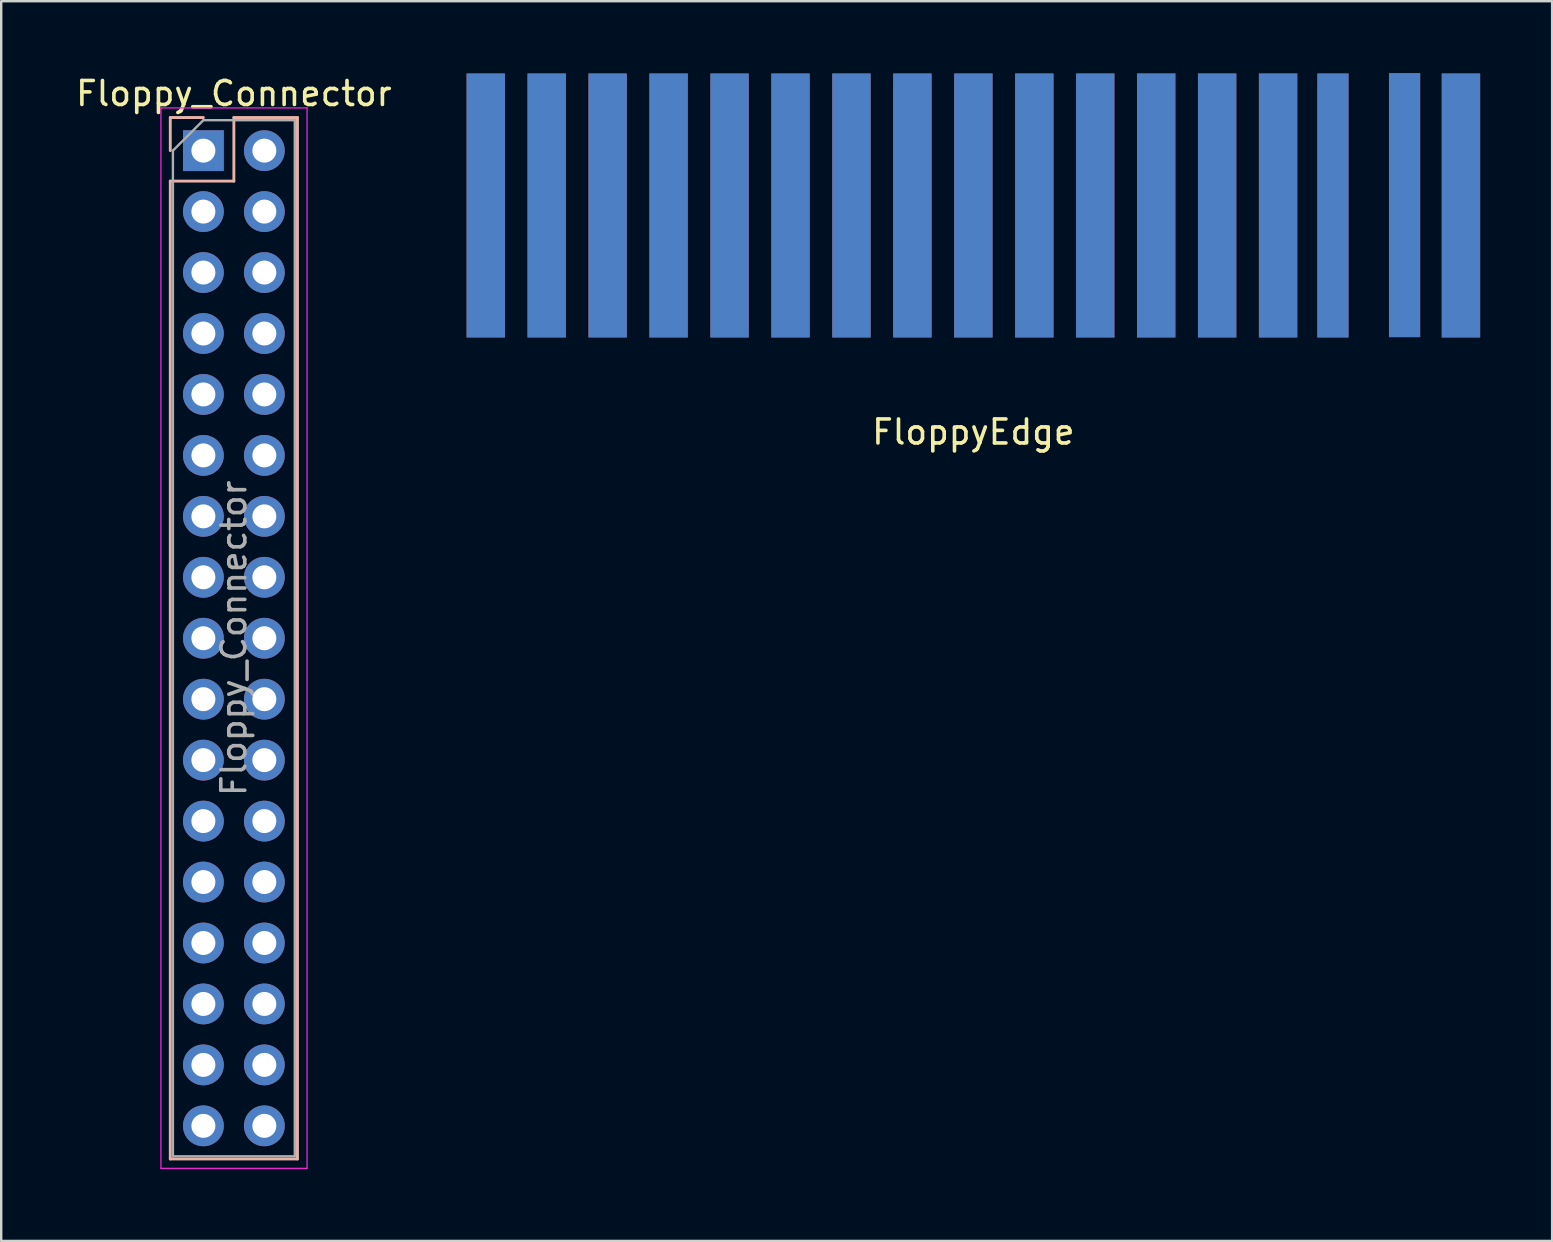
<source format=kicad_pcb>
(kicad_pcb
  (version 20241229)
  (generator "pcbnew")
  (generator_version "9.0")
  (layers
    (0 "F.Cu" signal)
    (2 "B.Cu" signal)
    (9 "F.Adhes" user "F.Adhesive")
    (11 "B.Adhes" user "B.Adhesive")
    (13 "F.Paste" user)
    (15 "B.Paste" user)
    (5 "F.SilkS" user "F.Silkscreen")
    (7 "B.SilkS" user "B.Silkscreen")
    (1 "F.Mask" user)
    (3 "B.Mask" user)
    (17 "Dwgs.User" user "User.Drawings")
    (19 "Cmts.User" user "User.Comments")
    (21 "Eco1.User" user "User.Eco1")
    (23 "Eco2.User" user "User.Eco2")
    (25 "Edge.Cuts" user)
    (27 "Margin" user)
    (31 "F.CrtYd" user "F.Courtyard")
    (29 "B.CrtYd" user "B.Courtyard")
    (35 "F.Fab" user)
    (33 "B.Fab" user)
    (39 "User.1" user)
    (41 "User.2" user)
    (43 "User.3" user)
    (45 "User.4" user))
  (footprint "Floppy_Connector"
    (layer "F.Cu")
    (at 5.426 3.228)
    (property "Reference" "Floppy_Connector" (at 1.27 -2.38 0) (layer "F.SilkS") (effects (font (size 1 1) (thickness 0.15))))
    (attr through_hole)
    (fp_line (start -1.38 -1.38) (end 0 -1.38) (stroke (width 0.12) (type solid)) (layer "B.SilkS"))
    (fp_line (start -1.38 0) (end -1.38 -1.38) (stroke (width 0.12) (type solid)) (layer "B.SilkS"))
    (fp_line (start -1.38 1.27) (end -1.38 42.02) (stroke (width 0.12) (type solid)) (layer "B.SilkS"))
    (fp_line (start -1.38 1.27) (end 1.27 1.27) (stroke (width 0.12) (type solid)) (layer "B.SilkS"))
    (fp_line (start -1.38 42.02) (end 3.92 42.02) (stroke (width 0.12) (type solid)) (layer "B.SilkS"))
    (fp_line (start 1.27 -1.38) (end 3.92 -1.38) (stroke (width 0.12) (type solid)) (layer "B.SilkS"))
    (fp_line (start 1.27 1.27) (end 1.27 -1.38) (stroke (width 0.12) (type solid)) (layer "B.SilkS"))
    (fp_line (start 3.92 -1.38) (end 3.92 42.02) (stroke (width 0.12) (type solid)) (layer "B.SilkS"))
    (fp_line (start -1.77 -1.78) (end -1.77 42.41) (stroke (width 0.05) (type solid)) (layer "F.CrtYd"))
    (fp_line (start -1.77 42.41) (end 4.32 42.41) (stroke (width 0.05) (type solid)) (layer "F.CrtYd"))
    (fp_line (start 4.32 -1.78) (end -1.77 -1.78) (stroke (width 0.05) (type solid)) (layer "F.CrtYd"))
    (fp_line (start 4.32 42.41) (end 4.32 -1.78) (stroke (width 0.05) (type solid)) (layer "F.CrtYd"))
    (fp_line (start -1.27 0) (end 0 -1.27) (stroke (width 0.1) (type solid)) (layer "F.Fab"))
    (fp_line (start -1.27 41.91) (end -1.27 0) (stroke (width 0.1) (type solid)) (layer "F.Fab"))
    (fp_line (start 0 -1.27) (end 3.81 -1.27) (stroke (width 0.1) (type solid)) (layer "F.Fab"))
    (fp_line (start 3.81 -1.27) (end 3.81 41.91) (stroke (width 0.1) (type solid)) (layer "F.Fab"))
    (fp_line (start 3.81 41.91) (end -1.27 41.91) (stroke (width 0.1) (type solid)) (layer "F.Fab"))
    (fp_text user "${REFERENCE}" (at 1.27 20.32 90) (layer "F.Fab") (effects (font (size 1 1) (thickness 0.15))))
    (pad "1" thru_hole rect (at 0 0) (size 1.7 1.7) (drill 1) (layers "*.Cu" "*.Mask"))
    (pad "2" thru_hole circle (at 2.54 0) (size 1.7 1.7) (drill 1) (layers "*.Cu" "*.Mask"))
    (pad "3" thru_hole circle (at 0 2.54) (size 1.7 1.7) (drill 1) (layers "*.Cu" "*.Mask"))
    (pad "4" thru_hole circle (at 2.54 2.54) (size 1.7 1.7) (drill 1) (layers "*.Cu" "*.Mask"))
    (pad "5" thru_hole circle (at 0 5.08) (size 1.7 1.7) (drill 1) (layers "*.Cu" "*.Mask"))
    (pad "6" thru_hole circle (at 2.54 5.08) (size 1.7 1.7) (drill 1) (layers "*.Cu" "*.Mask"))
    (pad "7" thru_hole circle (at 0 7.62) (size 1.7 1.7) (drill 1) (layers "*.Cu" "*.Mask"))
    (pad "8" thru_hole circle (at 2.54 7.62) (size 1.7 1.7) (drill 1) (layers "*.Cu" "*.Mask"))
    (pad "9" thru_hole circle (at 0 10.16) (size 1.7 1.7) (drill 1) (layers "*.Cu" "*.Mask"))
    (pad "10" thru_hole circle (at 2.54 10.16) (size 1.7 1.7) (drill 1) (layers "*.Cu" "*.Mask"))
    (pad "11" thru_hole circle (at 0 12.7) (size 1.7 1.7) (drill 1) (layers "*.Cu" "*.Mask"))
    (pad "12" thru_hole circle (at 2.54 12.7) (size 1.7 1.7) (drill 1) (layers "*.Cu" "*.Mask"))
    (pad "13" thru_hole circle (at 0 15.24) (size 1.7 1.7) (drill 1) (layers "*.Cu" "*.Mask"))
    (pad "14" thru_hole circle (at 2.54 15.24) (size 1.7 1.7) (drill 1) (layers "*.Cu" "*.Mask"))
    (pad "15" thru_hole circle (at 0 17.78) (size 1.7 1.7) (drill 1) (layers "*.Cu" "*.Mask"))
    (pad "16" thru_hole circle (at 2.54 17.78) (size 1.7 1.7) (drill 1) (layers "*.Cu" "*.Mask"))
    (pad "17" thru_hole circle (at 0 20.32) (size 1.7 1.7) (drill 1) (layers "*.Cu" "*.Mask"))
    (pad "18" thru_hole circle (at 2.54 20.32) (size 1.7 1.7) (drill 1) (layers "*.Cu" "*.Mask"))
    (pad "19" thru_hole circle (at 0 22.86) (size 1.7 1.7) (drill 1) (layers "*.Cu" "*.Mask"))
    (pad "20" thru_hole circle (at 2.54 22.86) (size 1.7 1.7) (drill 1) (layers "*.Cu" "*.Mask"))
    (pad "21" thru_hole circle (at 0 25.4) (size 1.7 1.7) (drill 1) (layers "*.Cu" "*.Mask"))
    (pad "22" thru_hole circle (at 2.54 25.4) (size 1.7 1.7) (drill 1) (layers "*.Cu" "*.Mask"))
    (pad "23" thru_hole circle (at 0 27.94) (size 1.7 1.7) (drill 1) (layers "*.Cu" "*.Mask"))
    (pad "24" thru_hole circle (at 2.54 27.94) (size 1.7 1.7) (drill 1) (layers "*.Cu" "*.Mask"))
    (pad "25" thru_hole circle (at 0 30.48) (size 1.7 1.7) (drill 1) (layers "*.Cu" "*.Mask"))
    (pad "26" thru_hole circle (at 2.54 30.48) (size 1.7 1.7) (drill 1) (layers "*.Cu" "*.Mask"))
    (pad "27" thru_hole circle (at 0 33.02) (size 1.7 1.7) (drill 1) (layers "*.Cu" "*.Mask"))
    (pad "28" thru_hole circle (at 2.54 33.02) (size 1.7 1.7) (drill 1) (layers "*.Cu" "*.Mask"))
    (pad "29" thru_hole circle (at 0 35.56) (size 1.7 1.7) (drill 1) (layers "*.Cu" "*.Mask"))
    (pad "30" thru_hole circle (at 2.54 35.56) (size 1.7 1.7) (drill 1) (layers "*.Cu" "*.Mask"))
    (pad "31" thru_hole circle (at 0 38.1) (size 1.7 1.7) (drill 1) (layers "*.Cu" "*.Mask"))
    (pad "32" thru_hole circle (at 2.54 38.1) (size 1.7 1.7) (drill 1) (layers "*.Cu" "*.Mask"))
    (pad "33" thru_hole circle (at 0 40.64) (size 1.7 1.7) (drill 1) (layers "*.Cu" "*.Mask"))
    (pad "34" thru_hole circle (at 2.54 40.64) (size 1.7 1.7) (drill 1) (layers "*.Cu" "*.Mask")))
  (footprint "FloppyEdge"
    (layer "F.Cu")
    (at 37.513 14.454)
    (property "Reference" "FloppyEdge" (at 0 0.5 0) (layer "F.SilkS") (effects (font (size 1 1) (thickness 0.15))))
    (attr through_hole)
    (pad "1" smd rect (at 20.32 -8.941) (size 1.6 11) (layers "F.Cu" "F.Mask" "F.Paste"))
    (pad "2" smd rect (at 20.32 -8.941) (size 1.6 11) (layers "B.Cu" "B.Mask" "B.Paste"))
    (pad "3" smd rect (at 17.971 -8.954) (size 1.3 11) (layers "F.Cu" "F.Mask" "F.Paste"))
    (pad "4" smd rect (at 17.971 -8.954) (size 1.3 11) (layers "B.Cu" "B.Mask" "B.Paste"))
    (pad "5" smd rect (at 14.986 -8.941) (size 1.3 11) (layers "F.Cu" "F.Mask" "F.Paste"))
    (pad "6" smd rect (at 14.986 -8.941) (size 1.3 11) (layers "B.Cu" "B.Mask" "B.Paste"))
    (pad "7" smd rect (at 12.7 -8.941) (size 1.6 11) (layers "F.Cu" "F.Mask" "F.Paste"))
    (pad "8" smd rect (at 12.7 -8.941) (size 1.6 11) (layers "B.Cu" "B.Mask" "B.Paste"))
    (pad "9" smd rect (at 10.16 -8.941) (size 1.6 11) (layers "F.Cu" "F.Mask" "F.Paste"))
    (pad "10" smd rect (at 10.16 -8.941) (size 1.6 11) (layers "B.Cu" "B.Mask" "B.Paste"))
    (pad "11" smd rect (at 7.62 -8.941) (size 1.6 11) (layers "F.Cu" "F.Mask" "F.Paste"))
    (pad "12" smd rect (at 7.62 -8.941) (size 1.6 11) (layers "B.Cu" "B.Mask" "B.Paste"))
    (pad "13" smd rect (at 5.08 -8.941) (size 1.6 11) (layers "F.Cu" "F.Mask" "F.Paste"))
    (pad "14" smd rect (at 5.08 -8.941) (size 1.6 11) (layers "B.Cu" "B.Mask" "B.Paste"))
    (pad "15" smd rect (at 2.54 -8.941) (size 1.6 11) (layers "F.Cu" "F.Mask" "F.Paste"))
    (pad "16" smd rect (at 2.54 -8.941) (size 1.6 11) (layers "B.Cu" "B.Mask" "B.Paste"))
    (pad "17" smd rect (at 0 -8.941) (size 1.6 11) (layers "F.Cu" "F.Mask" "F.Paste"))
    (pad "18" smd rect (at 0 -8.941) (size 1.6 11) (layers "B.Cu" "B.Mask" "B.Paste"))
    (pad "19" smd rect (at -2.54 -8.941) (size 1.6 11) (layers "F.Cu" "F.Mask" "F.Paste"))
    (pad "20" smd rect (at -2.54 -8.941) (size 1.6 11) (layers "B.Cu" "B.Mask" "B.Paste"))
    (pad "21" smd rect (at -5.08 -8.941) (size 1.6 11) (layers "F.Cu" "F.Mask" "F.Paste"))
    (pad "22" smd rect (at -5.08 -8.941) (size 1.6 11) (layers "B.Cu" "B.Mask" "B.Paste"))
    (pad "23" smd rect (at -7.62 -8.941) (size 1.6 11) (layers "F.Cu" "F.Mask" "F.Paste"))
    (pad "24" smd rect (at -7.62 -8.941) (size 1.6 11) (layers "B.Cu" "B.Mask" "B.Paste"))
    (pad "25" smd rect (at -10.16 -8.941) (size 1.6 11) (layers "F.Cu" "F.Mask" "F.Paste"))
    (pad "26" smd rect (at -10.16 -8.941) (size 1.6 11) (layers "B.Cu" "B.Mask" "B.Paste"))
    (pad "27" smd rect (at -12.7 -8.941) (size 1.6 11) (layers "F.Cu" "F.Mask" "F.Paste"))
    (pad "28" smd rect (at -12.7 -8.941) (size 1.6 11) (layers "B.Cu" "B.Mask" "B.Paste"))
    (pad "29" smd rect (at -15.24 -8.941) (size 1.6 11) (layers "F.Cu" "F.Mask" "F.Paste"))
    (pad "30" smd rect (at -15.24 -8.941) (size 1.6 11) (layers "B.Cu" "B.Mask" "B.Paste"))
    (pad "31" smd rect (at -17.78 -8.941) (size 1.6 11) (layers "F.Cu" "F.Mask" "F.Paste"))
    (pad "32" smd rect (at -17.78 -8.941) (size 1.6 11) (layers "B.Cu" "B.Mask" "B.Paste"))
    (pad "33" smd rect (at -20.32 -8.941) (size 1.6 11) (layers "F.Cu" "F.Mask" "F.Paste"))
    (pad "34" smd rect (at -20.32 -8.941) (size 1.6 11) (layers "B.Cu" "B.Mask" "B.Paste")))
  (gr_rect
    (start -3 -3)
    (end 61.633 48.663)
    (stroke (width 0.1) (type default))
    (fill no)
    (layer "Edge.Cuts")))
</source>
